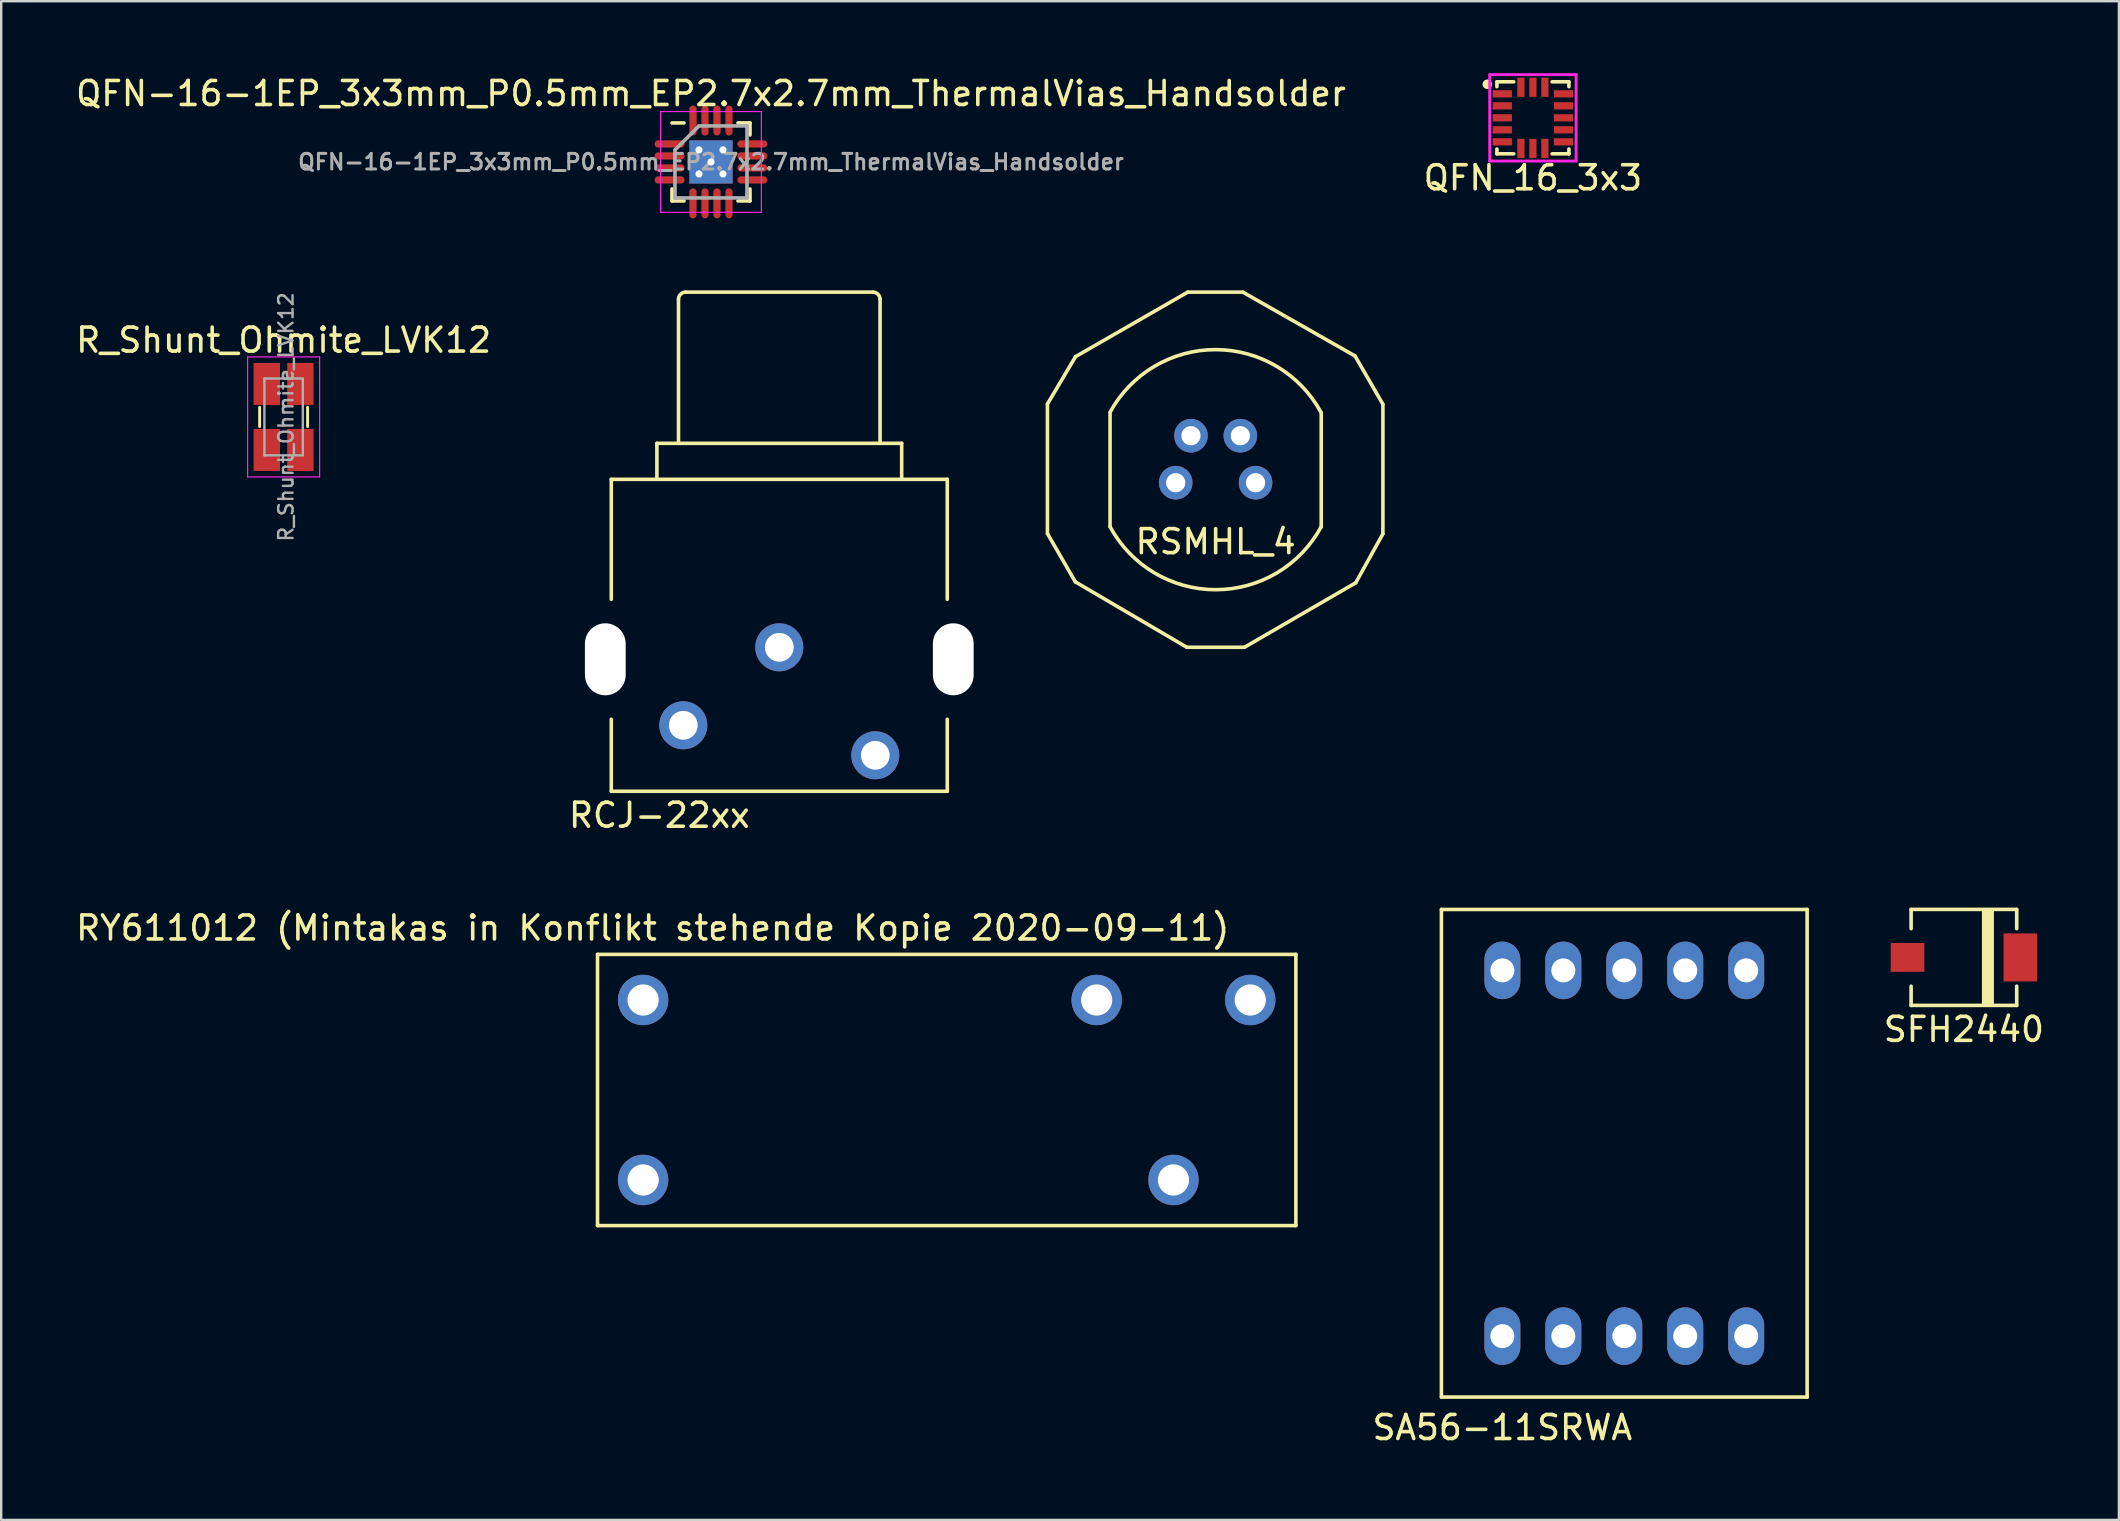
<source format=kicad_pcb>
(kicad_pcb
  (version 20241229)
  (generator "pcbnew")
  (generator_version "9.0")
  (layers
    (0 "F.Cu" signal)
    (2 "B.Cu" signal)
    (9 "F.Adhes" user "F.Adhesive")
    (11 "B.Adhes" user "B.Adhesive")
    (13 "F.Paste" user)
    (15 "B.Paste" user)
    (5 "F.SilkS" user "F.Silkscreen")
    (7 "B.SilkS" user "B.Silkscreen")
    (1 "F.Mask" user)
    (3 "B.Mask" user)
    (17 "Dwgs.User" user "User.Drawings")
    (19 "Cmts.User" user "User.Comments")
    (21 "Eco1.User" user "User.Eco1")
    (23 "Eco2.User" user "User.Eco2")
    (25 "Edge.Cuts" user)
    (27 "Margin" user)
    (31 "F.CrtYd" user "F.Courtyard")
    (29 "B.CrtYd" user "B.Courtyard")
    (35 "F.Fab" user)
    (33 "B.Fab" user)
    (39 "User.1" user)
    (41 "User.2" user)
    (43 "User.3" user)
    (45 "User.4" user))
  (footprint "QFN-16-1EP_3x3mm_P0.5mm_EP2.7x2.7mm_ThermalVias_Handsolder"
    (layer "F.Cu")
    (at 26.577 3.698)
    (property "Reference" "QFN-16-1EP_3x3mm_P0.5mm_EP2.7x2.7mm_ThermalVias_Handsolder" (at 0 -2.85 0) (layer "F.SilkS") (effects (font (size 1 1) (thickness 0.15))))
    (attr smd)
    (fp_line (start -1.625 -1.625) (end -1.125 -1.625) (stroke (width 0.15) (type solid)) (layer "F.SilkS"))
    (fp_line (start -1.625 1.625) (end -1.625 1.125) (stroke (width 0.15) (type solid)) (layer "F.SilkS"))
    (fp_line (start -1.625 1.625) (end -1.125 1.625) (stroke (width 0.15) (type solid)) (layer "F.SilkS"))
    (fp_line (start 1.625 -1.625) (end 1.125 -1.625) (stroke (width 0.15) (type solid)) (layer "F.SilkS"))
    (fp_line (start 1.625 -1.625) (end 1.625 -1.125) (stroke (width 0.15) (type solid)) (layer "F.SilkS"))
    (fp_line (start 1.625 1.625) (end 1.125 1.625) (stroke (width 0.15) (type solid)) (layer "F.SilkS"))
    (fp_line (start 1.625 1.625) (end 1.625 1.125) (stroke (width 0.15) (type solid)) (layer "F.SilkS"))
    (fp_line (start -2.1 -2.1) (end -2.1 2.1) (stroke (width 0.05) (type solid)) (layer "F.CrtYd"))
    (fp_line (start -2.1 -2.1) (end 2.1 -2.1) (stroke (width 0.05) (type solid)) (layer "F.CrtYd"))
    (fp_line (start -2.1 2.1) (end 2.1 2.1) (stroke (width 0.05) (type solid)) (layer "F.CrtYd"))
    (fp_line (start 2.1 -2.1) (end 2.1 2.1) (stroke (width 0.05) (type solid)) (layer "F.CrtYd"))
    (fp_line (start -1.5 -0.5) (end -0.5 -1.5) (stroke (width 0.15) (type solid)) (layer "F.Fab"))
    (fp_line (start -1.5 1.5) (end -1.5 -0.5) (stroke (width 0.15) (type solid)) (layer "F.Fab"))
    (fp_line (start -0.5 -1.5) (end 1.5 -1.5) (stroke (width 0.15) (type solid)) (layer "F.Fab"))
    (fp_line (start 1.5 -1.5) (end 1.5 1.5) (stroke (width 0.15) (type solid)) (layer "F.Fab"))
    (fp_line (start 1.5 1.5) (end -1.5 1.5) (stroke (width 0.15) (type solid)) (layer "F.Fab"))
    (fp_text user "${REFERENCE}" (at 0 0 0) (layer "F.Fab") (effects (font (size 0.65 0.65) (thickness 0.125))))
    (pad "" smd rect (at -0.5 -0.5) (size 0.73 0.73) (layers "F.Paste"))
    (pad "" smd rect (at -0.5 0.5) (size 0.73 0.73) (layers "F.Paste"))
    (pad "" smd rect (at 0.5 -0.5) (size 0.73 0.73) (layers "F.Paste"))
    (pad "" smd rect (at 0.5 0.5) (size 0.73 0.73) (layers "F.Paste"))
    (pad "1" smd oval (at -1.725 -0.75) (size 1.25 0.3) (layers "F.Cu" "F.Mask" "F.Paste"))
    (pad "2" smd oval (at -1.725 -0.25) (size 1.25 0.3) (layers "F.Cu" "F.Mask" "F.Paste"))
    (pad "3" smd oval (at -1.725 0.25) (size 1.25 0.3) (layers "F.Cu" "F.Mask" "F.Paste"))
    (pad "4" smd oval (at -1.725 0.75) (size 1.25 0.3) (layers "F.Cu" "F.Mask" "F.Paste"))
    (pad "5" smd oval (at -0.75 1.725 90) (size 1.25 0.3) (layers "F.Cu" "F.Mask" "F.Paste"))
    (pad "6" smd oval (at -0.25 1.725 90) (size 1.25 0.3) (layers "F.Cu" "F.Mask" "F.Paste"))
    (pad "7" smd oval (at 0.25 1.725 90) (size 1.25 0.3) (layers "F.Cu" "F.Mask" "F.Paste"))
    (pad "8" smd oval (at 0.75 1.725 90) (size 1.25 0.3) (layers "F.Cu" "F.Mask" "F.Paste"))
    (pad "9" smd oval (at 1.725 0.75) (size 1.25 0.3) (layers "F.Cu" "F.Mask" "F.Paste"))
    (pad "10" smd oval (at 1.725 0.25) (size 1.25 0.3) (layers "F.Cu" "F.Mask" "F.Paste"))
    (pad "11" smd oval (at 1.725 -0.25) (size 1.25 0.3) (layers "F.Cu" "F.Mask" "F.Paste"))
    (pad "12" smd oval (at 1.725 -0.75) (size 1.25 0.3) (layers "F.Cu" "F.Mask" "F.Paste"))
    (pad "13" smd oval (at 0.75 -1.725 90) (size 1.25 0.3) (layers "F.Cu" "F.Mask" "F.Paste"))
    (pad "14" smd oval (at 0.25 -1.725 90) (size 1.25 0.3) (layers "F.Cu" "F.Mask" "F.Paste"))
    (pad "15" smd oval (at -0.25 -1.725 90) (size 1.25 0.3) (layers "F.Cu" "F.Mask" "F.Paste"))
    (pad "16" smd oval (at -0.75 -1.725 90) (size 1.25 0.3) (layers "F.Cu" "F.Mask" "F.Paste"))
    (pad "17" thru_hole circle (at -0.5 -0.5) (size 0.6 0.6) (drill 0.3) (layers "*.Cu"))
    (pad "17" thru_hole circle (at -0.5 0.5) (size 0.6 0.6) (drill 0.3) (layers "*.Cu"))
    (pad "17" thru_hole circle (at 0 0) (size 0.6 0.6) (drill 0.3) (layers "*.Cu"))
    (pad "17" smd rect (at 0 0) (size 1.8 1.8) (layers "F.Cu" "F.Mask"))
    (pad "17" smd rect (at 0 0) (size 1.8 1.8) (layers "B.Cu"))
    (pad "17" thru_hole circle (at 0.5 -0.5) (size 0.6 0.6) (drill 0.3) (layers "*.Cu"))
    (pad "17" thru_hole circle (at 0.5 0.5) (size 0.6 0.6) (drill 0.3) (layers "*.Cu")))
  (footprint "RCJ-22xx"
    (layer "F.Cu")
    (at 29.423 16.923)
    (property "Reference" "RCJ-22xx" (at -5 14 0) (layer "F.SilkS") (effects (font (size 1 1) (thickness 0.15))))
    (attr through_hole)
    (fp_line (start -7 0) (end -7 5) (stroke (width 0.15) (type solid)) (layer "F.SilkS"))
    (fp_line (start -7 0) (end 7 0) (stroke (width 0.15) (type solid)) (layer "F.SilkS"))
    (fp_line (start -7 10) (end -7 13) (stroke (width 0.15) (type solid)) (layer "F.SilkS"))
    (fp_line (start -7 13) (end 7 13) (stroke (width 0.15) (type solid)) (layer "F.SilkS"))
    (fp_line (start -5.1 -1.5) (end -5.1 0) (stroke (width 0.15) (type solid)) (layer "F.SilkS"))
    (fp_line (start -4.2 -1.5) (end -4.2 -7.5) (stroke (width 0.15) (type solid)) (layer "F.SilkS"))
    (fp_line (start -3.9 -7.8) (end 3.9 -7.8) (stroke (width 0.15) (type solid)) (layer "F.SilkS"))
    (fp_line (start 4.2 -1.5) (end 4.2 -7.5) (stroke (width 0.15) (type solid)) (layer "F.SilkS"))
    (fp_line (start 5.1 -1.5) (end -5.1 -1.5) (stroke (width 0.15) (type solid)) (layer "F.SilkS"))
    (fp_line (start 5.1 0) (end 5.1 -1.5) (stroke (width 0.15) (type solid)) (layer "F.SilkS"))
    (fp_line (start 7 0) (end 7 5) (stroke (width 0.15) (type solid)) (layer "F.SilkS"))
    (fp_line (start 7 13) (end 7 10) (stroke (width 0.15) (type solid)) (layer "F.SilkS"))
    (fp_arc (start -4.2 -7.5) (mid -4.112132 -7.712132) (end -3.9 -7.8) (stroke (width 0.15) (type solid)) (layer "F.SilkS"))
    (fp_arc (start 3.9 -7.8) (mid 4.112132 -7.712132) (end 4.2 -7.5) (stroke (width 0.15) (type solid)) (layer "F.SilkS"))
    (pad "" np_thru_hole oval (at -7.25 7.5 180) (size 1.7 3) (drill oval 1.7 3) (layers "*.Cu" "*.Mask"))
    (pad "" np_thru_hole oval (at 7.25 7.5) (size 1.7 3) (drill oval 1.7 3) (layers "*.Cu" "*.Mask"))
    (pad "1" thru_hole circle (at 0 7) (size 2 2) (drill 1.2) (layers "*.Cu" "*.Mask"))
    (pad "2" thru_hole circle (at -4 10.25) (size 2 2) (drill 1.2) (layers "*.Cu" "*.Mask"))
    (pad "3" thru_hole circle (at 4 11.5) (size 2 2) (drill 1.2) (layers "*.Cu" "*.Mask")))
  (footprint "SA56-11SRWA"
    (layer "F.Cu")
    (at 64.634 45.007)
    (property "Reference" "SA56-11SRWA" (at -5.08 11.43 0) (layer "F.SilkS") (effects (font (size 1 1) (thickness 0.15))))
    (attr through_hole)
    (fp_line (start -7.62 -10.16) (end 7.62 -10.16) (stroke (width 0.15) (type solid)) (layer "F.SilkS"))
    (fp_line (start -7.62 10.16) (end -7.62 -10.16) (stroke (width 0.15) (type solid)) (layer "F.SilkS"))
    (fp_line (start 7.62 -10.16) (end 7.62 10.16) (stroke (width 0.15) (type solid)) (layer "F.SilkS"))
    (fp_line (start 7.62 10.16) (end -7.62 10.16) (stroke (width 0.15) (type solid)) (layer "F.SilkS"))
    (pad "1" thru_hole oval (at -5.08 7.62) (size 1.5 2.4) (drill 1) (layers "*.Cu" "*.Mask"))
    (pad "2" thru_hole oval (at -2.54 7.62) (size 1.5 2.4) (drill 1) (layers "*.Cu" "*.Mask"))
    (pad "3" thru_hole oval (at 0 7.62) (size 1.5 2.4) (drill 1) (layers "*.Cu" "*.Mask"))
    (pad "4" thru_hole oval (at 2.54 7.62) (size 1.5 2.4) (drill 1) (layers "*.Cu" "*.Mask"))
    (pad "5" thru_hole oval (at 5.08 7.62) (size 1.5 2.4) (drill 1) (layers "*.Cu" "*.Mask"))
    (pad "6" thru_hole oval (at 5.08 -7.62) (size 1.5 2.4) (drill 1) (layers "*.Cu" "*.Mask"))
    (pad "7" thru_hole oval (at 2.54 -7.62) (size 1.5 2.4) (drill 1) (layers "*.Cu" "*.Mask"))
    (pad "8" thru_hole oval (at 0 -7.62) (size 1.5 2.4) (drill 1) (layers "*.Cu" "*.Mask"))
    (pad "9" thru_hole oval (at -2.54 -7.62) (size 1.5 2.4) (drill 1) (layers "*.Cu" "*.Mask"))
    (pad "10" thru_hole oval (at -5.08 -7.62) (size 1.5 2.4) (drill 1) (layers "*.Cu" "*.Mask")))
  (footprint "RY611012 (Mintakas in Konflikt stehende Kopie 2020-09-11)"
    (layer "F.Cu")
    (at 42.649 38.62)
    (property "Reference" "RY611012 (Mintakas in Konflikt stehende Kopie 2020-09-11)" (at -18.5 -3 0) (layer "F.SilkS") (effects (font (size 1 1) (thickness 0.15))))
    (attr through_hole)
    (fp_line (start -20.8 -1.9) (end -20.8 9.4) (stroke (width 0.15) (type solid)) (layer "F.SilkS"))
    (fp_line (start -20.8 -1.9) (end 8.3 -1.9) (stroke (width 0.15) (type solid)) (layer "F.SilkS"))
    (fp_line (start -20.8 9.4) (end 8.3 9.4) (stroke (width 0.15) (type solid)) (layer "F.SilkS"))
    (fp_line (start 8.3 9.4) (end 8.3 -1.9) (stroke (width 0.15) (type solid)) (layer "F.SilkS"))
    (pad "11" thru_hole circle (at 3.2 7.5) (size 2.1 2.1) (drill 1.3) (layers "*.Cu" "*.Mask"))
    (pad "12" thru_hole circle (at 0 0) (size 2.1 2.1) (drill 1.3) (layers "*.Cu" "*.Mask"))
    (pad "14" thru_hole circle (at 6.4 0) (size 2.1 2.1) (drill 1.3) (layers "*.Cu" "*.Mask"))
    (pad "A1" thru_hole circle (at -18.9 7.5) (size 2.1 2.1) (drill 1.3) (layers "*.Cu" "*.Mask"))
    (pad "A2" thru_hole circle (at -18.9 0) (size 2.1 2.1) (drill 1.3) (layers "*.Cu" "*.Mask")))
  (footprint "SFH2440"
    (layer "F.Cu")
    (at 78.787 36.846)
    (property "Reference" "SFH2440" (at 0 3 0) (layer "F.SilkS") (effects (font (size 1 1) (thickness 0.15))))
    (attr through_hole)
    (fp_line (start -2.2 -2) (end -2.2 -1.2) (stroke (width 0.15) (type solid)) (layer "F.SilkS"))
    (fp_line (start -2.2 -2) (end 2.2 -2) (stroke (width 0.15) (type solid)) (layer "F.SilkS"))
    (fp_line (start -2.2 2) (end -2.2 1.2) (stroke (width 0.15) (type solid)) (layer "F.SilkS"))
    (fp_line (start 2.2 -2) (end 2.2 -1.2) (stroke (width 0.15) (type solid)) (layer "F.SilkS"))
    (fp_line (start 2.2 1.2) (end 2.2 2) (stroke (width 0.15) (type solid)) (layer "F.SilkS"))
    (fp_line (start 2.2 2) (end -2.2 2) (stroke (width 0.15) (type solid)) (layer "F.SilkS"))
    (fp_poly (pts (xy 0.8 -2) (xy 0.8 2) (xy 1.2 2) (xy 1.2 -2)) (stroke (width 0.1) (type solid)) (fill yes) (layer "F.SilkS"))
    (pad "1" smd rect (at -2.35 0) (size 1.4 1.2) (layers "F.Cu" "F.Mask" "F.Paste"))
    (pad "2" smd rect (at 2.35 0) (size 1.4 2) (layers "F.Cu" "F.Mask" "F.Paste")))
  (footprint "RSMHL_4"
    (layer "F.Cu")
    (at 47.606 16.523)
    (property "Reference" "RSMHL_4" (at 0 3 0) (layer "F.SilkS") (effects (font (size 1 1) (thickness 0.15))))
    (attr through_hole)
    (fp_line (start -7.009 -2.739) (end -5.838 -4.712) (stroke (width 0.15) (type solid)) (layer "F.SilkS"))
    (fp_line (start -7.009 2.661) (end -7.009 -2.739) (stroke (width 0.15) (type solid)) (layer "F.SilkS"))
    (fp_line (start -5.847 4.673) (end -7.009 2.661) (stroke (width 0.15) (type solid)) (layer "F.SilkS"))
    (fp_line (start -5.838 -4.712) (end -1.162 -7.4) (stroke (width 0.15) (type solid)) (layer "F.SilkS"))
    (fp_line (start -4.4 -2.375) (end -4.4 2.375) (stroke (width 0.15) (type solid)) (layer "F.SilkS"))
    (fp_line (start -1.2 7.4) (end -5.847 4.673) (stroke (width 0.15) (type solid)) (layer "F.SilkS"))
    (fp_line (start 1.132 -7.4) (end -1.162 -7.4) (stroke (width 0.15) (type solid)) (layer "F.SilkS"))
    (fp_line (start 1.2 7.4) (end -1.2 7.4) (stroke (width 0.15) (type solid)) (layer "F.SilkS"))
    (fp_line (start 1.2 7.4) (end 5.838 4.712) (stroke (width 0.15) (type solid)) (layer "F.SilkS"))
    (fp_line (start 4.4 -2.375) (end 4.4 2.375) (stroke (width 0.15) (type solid)) (layer "F.SilkS"))
    (fp_line (start 5.809 -4.739) (end 1.132 -7.4) (stroke (width 0.15) (type solid)) (layer "F.SilkS"))
    (fp_line (start 5.838 4.712) (end 6.97 2.673) (stroke (width 0.15) (type solid)) (layer "F.SilkS"))
    (fp_line (start 6.97 -2.727) (end 5.809 -4.739) (stroke (width 0.15) (type solid)) (layer "F.SilkS"))
    (fp_line (start 6.97 2.673) (end 6.97 -2.727) (stroke (width 0.15) (type solid)) (layer "F.SilkS"))
    (fp_arc (start -4.39561 -2.400707) (mid 0.009842 -5.004252) (end 4.4 -2.375) (stroke (width 0.15) (type solid)) (layer "F.SilkS"))
    (fp_arc (start 4.4 2.375) (mid 0 5.000062) (end -4.4 2.375) (stroke (width 0.15) (type solid)) (layer "F.SilkS"))
    (pad "1" thru_hole circle (at -1.664 0.541) (size 1.4 1.4) (drill 0.8) (layers "*.Cu" "*.Mask"))
    (pad "2" thru_hole circle (at 1.664 0.541) (size 1.4 1.4) (drill 0.8) (layers "*.Cu" "*.Mask"))
    (pad "3" thru_hole circle (at 1.029 -1.416) (size 1.4 1.4) (drill 0.8) (layers "*.Cu" "*.Mask"))
    (pad "4" thru_hole circle (at -1.029 -1.416) (size 1.4 1.4) (drill 0.8) (layers "*.Cu" "*.Mask")))
  (footprint "QFN_16_3x3"
    (layer "F.Cu")
    (at 60.827 1.86)
    (property "Reference" "QFN_16_3x3" (at 0 2.5 0) (layer "F.SilkS") (effects (font (size 1 1) (thickness 0.15))))
    (attr through_hole)
    (fp_line (start -1.5 -1.5) (end -0.8 -1.5) (stroke (width 0.15) (type solid)) (layer "F.SilkS"))
    (fp_line (start -1.5 -1.3) (end -1.5 -1.5) (stroke (width 0.15) (type solid)) (layer "F.SilkS"))
    (fp_line (start -1.5 1.5) (end -1.5 1.3) (stroke (width 0.15) (type solid)) (layer "F.SilkS"))
    (fp_line (start -0.8 1.5) (end -1.5 1.5) (stroke (width 0.15) (type solid)) (layer "F.SilkS"))
    (fp_line (start 0.8 -1.5) (end 1.5 -1.5) (stroke (width 0.15) (type solid)) (layer "F.SilkS"))
    (fp_line (start 1.5 -1.5) (end 1.5 -1.3) (stroke (width 0.15) (type solid)) (layer "F.SilkS"))
    (fp_line (start 1.5 1.3) (end 1.5 1.5) (stroke (width 0.15) (type solid)) (layer "F.SilkS"))
    (fp_line (start 1.5 1.5) (end 0.8 1.5) (stroke (width 0.15) (type solid)) (layer "F.SilkS"))
    (fp_circle (center -1.9 -1.4) (end -1.8 -1.4) (stroke (width 0.2) (type solid)) (fill no) (layer "F.SilkS"))
    (fp_line (start -1.8 -1.8) (end 1.8 -1.8) (stroke (width 0.12) (type solid)) (layer "F.CrtYd"))
    (fp_line (start -1.8 1.8) (end -1.8 -1.8) (stroke (width 0.12) (type solid)) (layer "F.CrtYd"))
    (fp_line (start 1.8 -1.8) (end 1.8 1.8) (stroke (width 0.12) (type solid)) (layer "F.CrtYd"))
    (fp_line (start 1.8 1.8) (end -1.8 1.8) (stroke (width 0.12) (type solid)) (layer "F.CrtYd"))
    (pad "1" smd rect (at -1.275 -1 90) (size 0.3 0.8) (layers "F.Cu" "F.Mask" "F.Paste"))
    (pad "2" smd rect (at -1.275 -0.5 90) (size 0.3 0.8) (layers "F.Cu" "F.Mask" "F.Paste"))
    (pad "3" smd rect (at -1.275 0 90) (size 0.3 0.8) (layers "F.Cu" "F.Mask" "F.Paste"))
    (pad "4" smd rect (at -1.275 0.5 90) (size 0.3 0.8) (layers "F.Cu" "F.Mask" "F.Paste"))
    (pad "5" smd rect (at -1.275 1 90) (size 0.3 0.8) (layers "F.Cu" "F.Mask" "F.Paste"))
    (pad "6" smd rect (at -0.5 1.275 180) (size 0.3 0.8) (layers "F.Cu" "F.Mask" "F.Paste"))
    (pad "7" smd rect (at 0 1.275 180) (size 0.3 0.8) (layers "F.Cu" "F.Mask" "F.Paste"))
    (pad "8" smd rect (at 0.5 1.275 180) (size 0.3 0.8) (layers "F.Cu" "F.Mask" "F.Paste"))
    (pad "9" smd rect (at 1.275 1 270) (size 0.3 0.8) (layers "F.Cu" "F.Mask" "F.Paste"))
    (pad "10" smd rect (at 1.275 0.5 270) (size 0.3 0.8) (layers "F.Cu" "F.Mask" "F.Paste"))
    (pad "11" smd rect (at 1.275 0 270) (size 0.3 0.8) (layers "F.Cu" "F.Mask" "F.Paste"))
    (pad "12" smd rect (at 1.275 -0.5 270) (size 0.3 0.8) (layers "F.Cu" "F.Mask" "F.Paste"))
    (pad "13" smd rect (at 1.275 -1 270) (size 0.3 0.8) (layers "F.Cu" "F.Mask" "F.Paste"))
    (pad "14" smd rect (at 0.5 -1.275) (size 0.3 0.8) (layers "F.Cu" "F.Mask" "F.Paste"))
    (pad "15" smd rect (at 0 -1.275) (size 0.3 0.8) (layers "F.Cu" "F.Mask" "F.Paste"))
    (pad "16" smd rect (at -0.5 -1.275) (size 0.3 0.8) (layers "F.Cu" "F.Mask" "F.Paste")))
  (footprint "R_Shunt_Ohmite_LVK12"
    (layer "F.Cu")
    (at 8.768 14.324)
    (property "Reference" "R_Shunt_Ohmite_LVK12" (at 0 -3.2 180) (layer "F.SilkS") (effects (font (size 1 1) (thickness 0.15))))
    (attr smd)
    (fp_line (start -1 0.4) (end -1 -0.4) (stroke (width 0.12) (type solid)) (layer "F.SilkS"))
    (fp_line (start 1 -0.4) (end 1 0.4) (stroke (width 0.12) (type solid)) (layer "F.SilkS"))
    (fp_line (start -1.5 -2.5) (end 1.5 -2.5) (stroke (width 0.05) (type solid)) (layer "F.CrtYd"))
    (fp_line (start -1.5 2.5) (end -1.5 -2.5) (stroke (width 0.05) (type solid)) (layer "F.CrtYd"))
    (fp_line (start 1.5 -2.5) (end 1.5 2.5) (stroke (width 0.05) (type solid)) (layer "F.CrtYd"))
    (fp_line (start 1.5 2.5) (end -1.5 2.5) (stroke (width 0.05) (type solid)) (layer "F.CrtYd"))
    (fp_line (start -0.8 -1.6) (end -0.8 1.6) (stroke (width 0.1) (type solid)) (layer "F.Fab"))
    (fp_line (start -0.8 1.6) (end 0.8 1.6) (stroke (width 0.1) (type solid)) (layer "F.Fab"))
    (fp_line (start 0.8 -1.6) (end -0.8 -1.6) (stroke (width 0.1) (type solid)) (layer "F.Fab"))
    (fp_line (start 0.8 1.6) (end 0.8 -1.6) (stroke (width 0.1) (type solid)) (layer "F.Fab"))
    (fp_text user "${REFERENCE}" (at 0.1 0 90) (layer "F.Fab") (effects (font (size 0.6 0.6) (thickness 0.1))))
    (pad "1" smd rect (at -0.7 -1.375) (size 1.1 1.75) (layers "F.Cu" "F.Mask" "F.Paste"))
    (pad "2" smd rect (at 0.7 -1.375) (size 1.1 1.75) (layers "F.Cu" "F.Mask" "F.Paste"))
    (pad "3" smd rect (at 0.7 1.375) (size 1.1 1.75) (layers "F.Cu" "F.Mask" "F.Paste"))
    (pad "4" smd rect (at -0.7 1.375) (size 1.1 1.75) (layers "F.Cu" "F.Mask" "F.Paste")))
  (gr_rect
    (start -3 -3)
    (end 85.245 60.285)
    (stroke (width 0.1) (type default))
    (fill no)
    (layer "Edge.Cuts")))
</source>
